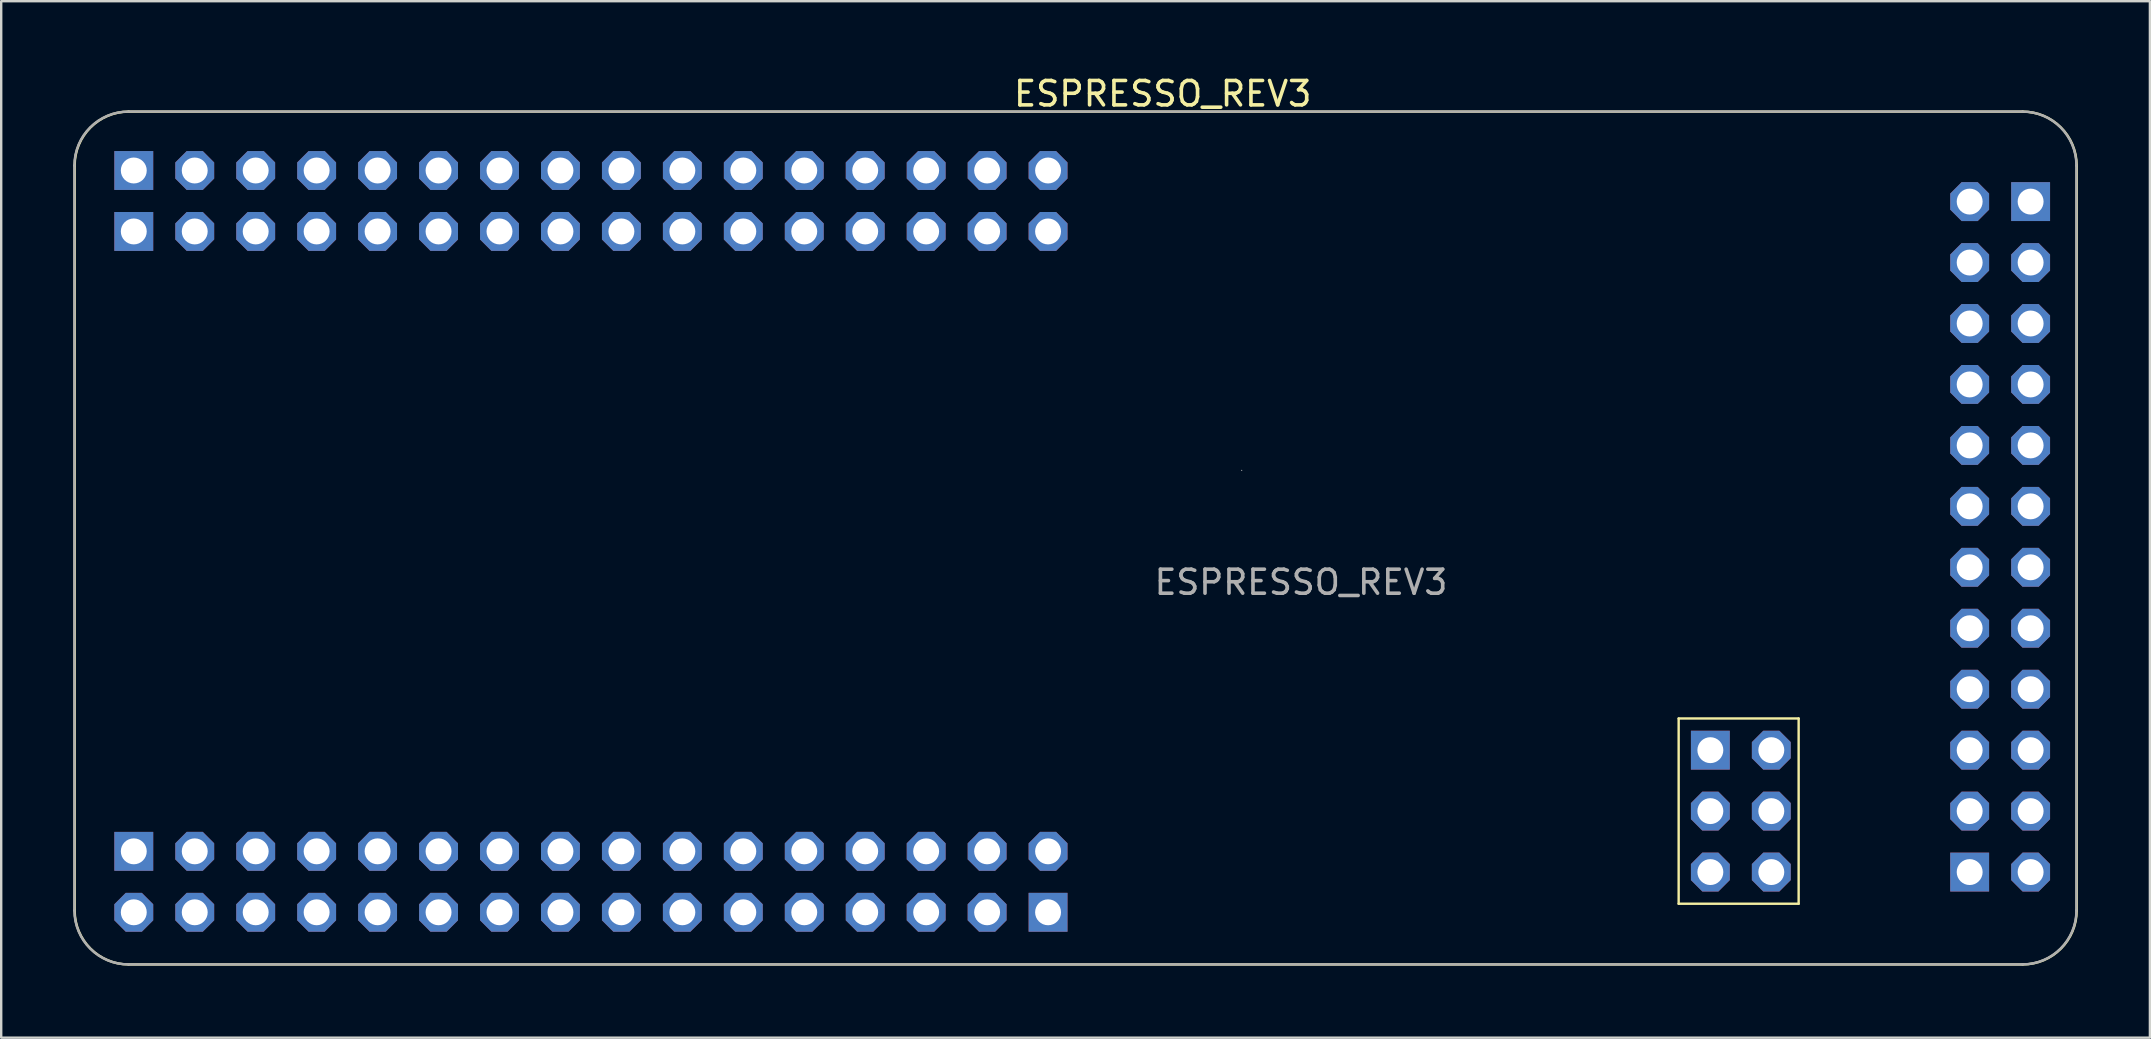
<source format=kicad_pcb>
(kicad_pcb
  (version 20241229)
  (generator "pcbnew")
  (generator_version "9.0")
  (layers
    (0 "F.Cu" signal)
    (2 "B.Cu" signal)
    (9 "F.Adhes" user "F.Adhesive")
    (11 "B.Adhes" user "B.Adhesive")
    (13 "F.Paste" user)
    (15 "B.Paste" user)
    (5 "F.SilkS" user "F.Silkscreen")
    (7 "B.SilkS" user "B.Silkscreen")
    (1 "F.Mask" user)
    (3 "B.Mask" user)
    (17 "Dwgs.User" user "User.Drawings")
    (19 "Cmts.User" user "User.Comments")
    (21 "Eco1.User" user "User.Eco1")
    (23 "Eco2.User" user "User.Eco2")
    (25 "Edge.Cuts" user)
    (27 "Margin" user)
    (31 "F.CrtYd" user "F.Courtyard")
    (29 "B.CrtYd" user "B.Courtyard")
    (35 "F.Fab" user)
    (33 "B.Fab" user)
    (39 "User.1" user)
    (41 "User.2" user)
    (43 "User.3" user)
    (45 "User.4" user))
  (footprint "ESPRESSO_REV3"
    (layer "F.Cu")
    (at 45.39 16.552)
    (property "Reference" "ESPRESSO_REV3" (at 0.013 -15.695 0) (unlocked yes) (layer "F.SilkS") (effects (font (size 1.016 1.016) (thickness 0.15))))
    (attr through_hole)
    (fp_line (start -45.329 -12.7) (end -45.329 18.339) (stroke (width 0.1) (type default)) (layer "F.SilkS"))
    (fp_line (start -43.078 -14.95) (end 35.85 -14.95) (stroke (width 0.1) (type default)) (layer "F.SilkS"))
    (fp_line (start 21.513 10.339) (end 21.513 18.059) (stroke (width 0.1) (type default)) (layer "F.SilkS"))
    (fp_line (start 21.513 10.339) (end 26.513 10.339) (stroke (width 0.1) (type default)) (layer "F.SilkS"))
    (fp_line (start 21.513 18.059) (end 26.513 18.059) (stroke (width 0.1) (type default)) (layer "F.SilkS"))
    (fp_line (start 26.513 10.339) (end 26.513 18.059) (stroke (width 0.1) (type default)) (layer "F.SilkS"))
    (fp_line (start 35.85 20.589) (end -43.078 20.589) (stroke (width 0.1) (type default)) (layer "F.SilkS"))
    (fp_line (start 38.1 18.339) (end 38.1 -12.7) (stroke (width 0.1) (type default)) (layer "F.SilkS"))
    (fp_arc (start -45.328543 -12.7) (mid -44.669453 -14.291053) (end -43.0784 -14.950143) (stroke (width 0.1) (type default)) (layer "F.SilkS"))
    (fp_arc (start -43.0784 20.588943) (mid -44.669513 19.929913) (end -45.328543 18.3388) (stroke (width 0.1) (type default)) (layer "F.SilkS"))
    (fp_arc (start 35.849857 -14.950143) (mid 37.440978 -14.291121) (end 38.1 -12.7) (stroke (width 0.1) (type default)) (layer "F.SilkS"))
    (fp_arc (start 38.1 18.3388) (mid 37.440919 19.929862) (end 35.849857 20.588943) (stroke (width 0.1) (type default)) (layer "F.SilkS"))
    (fp_line (start -45.34 -12.702) (end -45.34 18.336) (stroke (width 0.1) (type default)) (layer "F.Fab"))
    (fp_line (start -43.09 -14.953) (end 35.838 -14.953) (stroke (width 0.1) (type default)) (layer "F.Fab"))
    (fp_line (start 35.838 20.586) (end -43.09 20.586) (stroke (width 0.1) (type default)) (layer "F.Fab"))
    (fp_line (start 38.088 18.336) (end 38.088 -12.702) (stroke (width 0.1) (type default)) (layer "F.Fab"))
    (fp_arc (start -45.34048 -12.702483) (mid -44.68139 -14.293536) (end -43.090337 -14.952626) (stroke (width 0.1) (type default)) (layer "F.Fab"))
    (fp_arc (start -43.090337 20.58646) (mid -44.68145 19.92743) (end -45.34048 18.336317) (stroke (width 0.1) (type default)) (layer "F.Fab"))
    (fp_arc (start 35.83792 -14.952626) (mid 37.429041 -14.293604) (end 38.088063 -12.702483) (stroke (width 0.1) (type default)) (layer "F.Fab"))
    (fp_arc (start 38.088063 18.336317) (mid 37.428982 19.927379) (end 35.83792 20.58646) (stroke (width 0.1) (type default)) (layer "F.Fab"))
    (fp_circle (center 3.304 0) (end 3.304 0) (stroke (width 0.025) (type solid)) (fill no) (layer "F.Fab"))
    (fp_text user "${REFERENCE}" (at 5.775 4.662 0) (unlocked yes) (layer "F.Fab") (effects (font (size 1 1) (thickness 0.15))))
    (pad "1" thru_hole rect (at -42.865 -12.497 90) (size 1.62 1.62) (drill 1.08) (layers "*.Cu" "*.Mask"))
    (pad "2" thru_hole roundrect (at -40.325 -12.497 90) (size 1.62 1.62) (drill 1.08) (layers "*.Cu" "*.Mask") (roundrect_rratio 0.25) (chamfer_ratio 0.293) (chamfer top_left top_right bottom_left bottom_right))
    (pad "3" thru_hole roundrect (at -37.785 -12.497 90) (size 1.62 1.62) (drill 1.08) (layers "*.Cu" "*.Mask") (roundrect_rratio 0.25) (chamfer_ratio 0.293) (chamfer top_left top_right bottom_left bottom_right))
    (pad "4" thru_hole roundrect (at -35.245 -12.497 90) (size 1.62 1.62) (drill 1.08) (layers "*.Cu" "*.Mask") (roundrect_rratio 0.25) (chamfer_ratio 0.293) (chamfer top_left top_right bottom_left bottom_right))
    (pad "5" thru_hole roundrect (at -32.705 -12.497 90) (size 1.62 1.62) (drill 1.08) (layers "*.Cu" "*.Mask") (roundrect_rratio 0.25) (chamfer_ratio 0.293) (chamfer top_left top_right bottom_left bottom_right))
    (pad "6" thru_hole roundrect (at -30.165 -12.497 90) (size 1.62 1.62) (drill 1.08) (layers "*.Cu" "*.Mask") (roundrect_rratio 0.25) (chamfer_ratio 0.293) (chamfer top_left top_right bottom_left bottom_right))
    (pad "7" thru_hole roundrect (at -27.625 -12.497 90) (size 1.62 1.62) (drill 1.08) (layers "*.Cu" "*.Mask") (roundrect_rratio 0.25) (chamfer_ratio 0.293) (chamfer top_left top_right bottom_left bottom_right))
    (pad "8" thru_hole roundrect (at -25.085 -12.497 90) (size 1.62 1.62) (drill 1.08) (layers "*.Cu" "*.Mask") (roundrect_rratio 0.25) (chamfer_ratio 0.293) (chamfer top_left top_right bottom_left bottom_right))
    (pad "9" thru_hole roundrect (at -22.545 -12.497 90) (size 1.62 1.62) (drill 1.08) (layers "*.Cu" "*.Mask") (roundrect_rratio 0.25) (chamfer_ratio 0.293) (chamfer top_left top_right bottom_left bottom_right))
    (pad "10" thru_hole roundrect (at -20.005 -12.497 90) (size 1.62 1.62) (drill 1.08) (layers "*.Cu" "*.Mask") (roundrect_rratio 0.25) (chamfer_ratio 0.293) (chamfer top_left top_right bottom_left bottom_right))
    (pad "11" thru_hole roundrect (at -17.465 -12.497 90) (size 1.62 1.62) (drill 1.08) (layers "*.Cu" "*.Mask") (roundrect_rratio 0.25) (chamfer_ratio 0.293) (chamfer top_left top_right bottom_left bottom_right))
    (pad "12" thru_hole roundrect (at -14.925 -12.497 90) (size 1.62 1.62) (drill 1.08) (layers "*.Cu" "*.Mask") (roundrect_rratio 0.25) (chamfer_ratio 0.293) (chamfer top_left top_right bottom_left bottom_right))
    (pad "13" thru_hole roundrect (at -12.385 -12.497 90) (size 1.62 1.62) (drill 1.08) (layers "*.Cu" "*.Mask") (roundrect_rratio 0.25) (chamfer_ratio 0.293) (chamfer top_left top_right bottom_left bottom_right))
    (pad "14" thru_hole roundrect (at -9.845 -12.497 90) (size 1.62 1.62) (drill 1.08) (layers "*.Cu" "*.Mask") (roundrect_rratio 0.25) (chamfer_ratio 0.293) (chamfer top_left top_right bottom_left bottom_right))
    (pad "15" thru_hole roundrect (at -7.305 -12.497 90) (size 1.62 1.62) (drill 1.08) (layers "*.Cu" "*.Mask") (roundrect_rratio 0.25) (chamfer_ratio 0.293) (chamfer top_left top_right bottom_left bottom_right))
    (pad "16" thru_hole roundrect (at -4.765 -12.497 90) (size 1.62 1.62) (drill 1.08) (layers "*.Cu" "*.Mask") (roundrect_rratio 0.25) (chamfer_ratio 0.293) (chamfer top_left top_right bottom_left bottom_right))
    (pad "17" thru_hole rect (at -42.865 -9.957 90) (size 1.62 1.62) (drill 1.08) (layers "*.Cu" "*.Mask"))
    (pad "18" thru_hole roundrect (at -40.325 -9.957 90) (size 1.62 1.62) (drill 1.08) (layers "*.Cu" "*.Mask") (roundrect_rratio 0.25) (chamfer_ratio 0.293) (chamfer top_left top_right bottom_left bottom_right))
    (pad "19" thru_hole roundrect (at -37.785 -9.957 90) (size 1.62 1.62) (drill 1.08) (layers "*.Cu" "*.Mask") (roundrect_rratio 0.25) (chamfer_ratio 0.293) (chamfer top_left top_right bottom_left bottom_right))
    (pad "20" thru_hole roundrect (at -35.245 -9.957 90) (size 1.62 1.62) (drill 1.08) (layers "*.Cu" "*.Mask") (roundrect_rratio 0.25) (chamfer_ratio 0.293) (chamfer top_left top_right bottom_left bottom_right))
    (pad "21" thru_hole roundrect (at -32.705 -9.957 90) (size 1.62 1.62) (drill 1.08) (layers "*.Cu" "*.Mask") (roundrect_rratio 0.25) (chamfer_ratio 0.293) (chamfer top_left top_right bottom_left bottom_right))
    (pad "22" thru_hole roundrect (at -30.165 -9.957 90) (size 1.62 1.62) (drill 1.08) (layers "*.Cu" "*.Mask") (roundrect_rratio 0.25) (chamfer_ratio 0.293) (chamfer top_left top_right bottom_left bottom_right))
    (pad "23" thru_hole roundrect (at -27.625 -9.957 90) (size 1.62 1.62) (drill 1.08) (layers "*.Cu" "*.Mask") (roundrect_rratio 0.25) (chamfer_ratio 0.293) (chamfer top_left top_right bottom_left bottom_right))
    (pad "24" thru_hole roundrect (at -25.085 -9.957 90) (size 1.62 1.62) (drill 1.08) (layers "*.Cu" "*.Mask") (roundrect_rratio 0.25) (chamfer_ratio 0.293) (chamfer top_left top_right bottom_left bottom_right))
    (pad "25" thru_hole roundrect (at -22.545 -9.957 90) (size 1.62 1.62) (drill 1.08) (layers "*.Cu" "*.Mask") (roundrect_rratio 0.25) (chamfer_ratio 0.293) (chamfer top_left top_right bottom_left bottom_right))
    (pad "26" thru_hole roundrect (at -20.005 -9.957 90) (size 1.62 1.62) (drill 1.08) (layers "*.Cu" "*.Mask") (roundrect_rratio 0.25) (chamfer_ratio 0.293) (chamfer top_left top_right bottom_left bottom_right))
    (pad "27" thru_hole roundrect (at -17.465 -9.957 90) (size 1.62 1.62) (drill 1.08) (layers "*.Cu" "*.Mask") (roundrect_rratio 0.25) (chamfer_ratio 0.293) (chamfer top_left top_right bottom_left bottom_right))
    (pad "28" thru_hole roundrect (at -14.925 -9.957 90) (size 1.62 1.62) (drill 1.08) (layers "*.Cu" "*.Mask") (roundrect_rratio 0.25) (chamfer_ratio 0.293) (chamfer top_left top_right bottom_left bottom_right))
    (pad "29" thru_hole roundrect (at -12.385 -9.957 90) (size 1.62 1.62) (drill 1.08) (layers "*.Cu" "*.Mask") (roundrect_rratio 0.25) (chamfer_ratio 0.293) (chamfer top_left top_right bottom_left bottom_right))
    (pad "30" thru_hole roundrect (at -9.845 -9.957 90) (size 1.62 1.62) (drill 1.08) (layers "*.Cu" "*.Mask") (roundrect_rratio 0.25) (chamfer_ratio 0.293) (chamfer top_left top_right bottom_left bottom_right))
    (pad "31" thru_hole roundrect (at -7.305 -9.957 90) (size 1.62 1.62) (drill 1.08) (layers "*.Cu" "*.Mask") (roundrect_rratio 0.25) (chamfer_ratio 0.293) (chamfer top_left top_right bottom_left bottom_right))
    (pad "32" thru_hole roundrect (at -4.765 -9.957 90) (size 1.62 1.62) (drill 1.08) (layers "*.Cu" "*.Mask") (roundrect_rratio 0.25) (chamfer_ratio 0.293) (chamfer top_left top_right bottom_left bottom_right))
    (pad "33" thru_hole rect (at -42.865 15.875 90) (size 1.62 1.62) (drill 1.08) (layers "*.Cu" "*.Mask"))
    (pad "34" thru_hole roundrect (at -40.325 15.875 90) (size 1.62 1.62) (drill 1.08) (layers "*.Cu" "*.Mask") (roundrect_rratio 0.25) (chamfer_ratio 0.293) (chamfer top_left top_right bottom_left bottom_right))
    (pad "35" thru_hole roundrect (at -37.785 15.875 90) (size 1.62 1.62) (drill 1.08) (layers "*.Cu" "*.Mask") (roundrect_rratio 0.25) (chamfer_ratio 0.293) (chamfer top_left top_right bottom_left bottom_right))
    (pad "36" thru_hole roundrect (at -35.245 15.875 90) (size 1.62 1.62) (drill 1.08) (layers "*.Cu" "*.Mask") (roundrect_rratio 0.25) (chamfer_ratio 0.293) (chamfer top_left top_right bottom_left bottom_right))
    (pad "37" thru_hole roundrect (at -32.705 15.875 90) (size 1.62 1.62) (drill 1.08) (layers "*.Cu" "*.Mask") (roundrect_rratio 0.25) (chamfer_ratio 0.293) (chamfer top_left top_right bottom_left bottom_right))
    (pad "38" thru_hole roundrect (at -30.165 15.875 90) (size 1.62 1.62) (drill 1.08) (layers "*.Cu" "*.Mask") (roundrect_rratio 0.25) (chamfer_ratio 0.293) (chamfer top_left top_right bottom_left bottom_right))
    (pad "39" thru_hole roundrect (at -27.625 15.875 90) (size 1.62 1.62) (drill 1.08) (layers "*.Cu" "*.Mask") (roundrect_rratio 0.25) (chamfer_ratio 0.293) (chamfer top_left top_right bottom_left bottom_right))
    (pad "40" thru_hole roundrect (at -25.085 15.875 90) (size 1.62 1.62) (drill 1.08) (layers "*.Cu" "*.Mask") (roundrect_rratio 0.25) (chamfer_ratio 0.293) (chamfer top_left top_right bottom_left bottom_right))
    (pad "41" thru_hole roundrect (at -22.545 15.875 90) (size 1.62 1.62) (drill 1.08) (layers "*.Cu" "*.Mask") (roundrect_rratio 0.25) (chamfer_ratio 0.293) (chamfer top_left top_right bottom_left bottom_right))
    (pad "42" thru_hole roundrect (at -20.005 15.875 90) (size 1.62 1.62) (drill 1.08) (layers "*.Cu" "*.Mask") (roundrect_rratio 0.25) (chamfer_ratio 0.293) (chamfer top_left top_right bottom_left bottom_right))
    (pad "43" thru_hole roundrect (at -17.465 15.875 90) (size 1.62 1.62) (drill 1.08) (layers "*.Cu" "*.Mask") (roundrect_rratio 0.25) (chamfer_ratio 0.293) (chamfer top_left top_right bottom_left bottom_right))
    (pad "44" thru_hole roundrect (at -14.925 15.875 90) (size 1.62 1.62) (drill 1.08) (layers "*.Cu" "*.Mask") (roundrect_rratio 0.25) (chamfer_ratio 0.293) (chamfer top_left top_right bottom_left bottom_right))
    (pad "45" thru_hole roundrect (at -12.385 15.875 90) (size 1.62 1.62) (drill 1.08) (layers "*.Cu" "*.Mask") (roundrect_rratio 0.25) (chamfer_ratio 0.293) (chamfer top_left top_right bottom_left bottom_right))
    (pad "46" thru_hole roundrect (at -9.845 15.875 90) (size 1.62 1.62) (drill 1.08) (layers "*.Cu" "*.Mask") (roundrect_rratio 0.25) (chamfer_ratio 0.293) (chamfer top_left top_right bottom_left bottom_right))
    (pad "47" thru_hole roundrect (at -7.305 15.875 90) (size 1.62 1.62) (drill 1.08) (layers "*.Cu" "*.Mask") (roundrect_rratio 0.25) (chamfer_ratio 0.293) (chamfer top_left top_right bottom_left bottom_right))
    (pad "48" thru_hole roundrect (at -4.765 15.875 90) (size 1.62 1.62) (drill 1.08) (layers "*.Cu" "*.Mask") (roundrect_rratio 0.25) (chamfer_ratio 0.293) (chamfer top_left top_right bottom_left bottom_right))
    (pad "49" thru_hole roundrect (at -42.865 18.415 270) (size 1.62 1.62) (drill 1.08) (layers "*.Cu" "*.Mask") (roundrect_rratio 0.25) (chamfer_ratio 0.293) (chamfer top_left top_right bottom_left bottom_right))
    (pad "50" thru_hole roundrect (at -40.325 18.415 270) (size 1.62 1.62) (drill 1.08) (layers "*.Cu" "*.Mask") (roundrect_rratio 0.25) (chamfer_ratio 0.293) (chamfer top_left top_right bottom_left bottom_right))
    (pad "51" thru_hole roundrect (at -37.785 18.415 270) (size 1.62 1.62) (drill 1.08) (layers "*.Cu" "*.Mask") (roundrect_rratio 0.25) (chamfer_ratio 0.293) (chamfer top_left top_right bottom_left bottom_right))
    (pad "52" thru_hole roundrect (at -35.245 18.415 270) (size 1.62 1.62) (drill 1.08) (layers "*.Cu" "*.Mask") (roundrect_rratio 0.25) (chamfer_ratio 0.293) (chamfer top_left top_right bottom_left bottom_right))
    (pad "53" thru_hole roundrect (at -32.705 18.415 270) (size 1.62 1.62) (drill 1.08) (layers "*.Cu" "*.Mask") (roundrect_rratio 0.25) (chamfer_ratio 0.293) (chamfer top_left top_right bottom_left bottom_right))
    (pad "54" thru_hole roundrect (at -30.165 18.415 270) (size 1.62 1.62) (drill 1.08) (layers "*.Cu" "*.Mask") (roundrect_rratio 0.25) (chamfer_ratio 0.293) (chamfer top_left top_right bottom_left bottom_right))
    (pad "55" thru_hole roundrect (at -27.625 18.415 270) (size 1.62 1.62) (drill 1.08) (layers "*.Cu" "*.Mask") (roundrect_rratio 0.25) (chamfer_ratio 0.293) (chamfer top_left top_right bottom_left bottom_right))
    (pad "56" thru_hole roundrect (at -25.085 18.415 270) (size 1.62 1.62) (drill 1.08) (layers "*.Cu" "*.Mask") (roundrect_rratio 0.25) (chamfer_ratio 0.293) (chamfer top_left top_right bottom_left bottom_right))
    (pad "57" thru_hole roundrect (at -22.545 18.415 270) (size 1.62 1.62) (drill 1.08) (layers "*.Cu" "*.Mask") (roundrect_rratio 0.25) (chamfer_ratio 0.293) (chamfer top_left top_right bottom_left bottom_right))
    (pad "58" thru_hole roundrect (at -20.005 18.415 270) (size 1.62 1.62) (drill 1.08) (layers "*.Cu" "*.Mask") (roundrect_rratio 0.25) (chamfer_ratio 0.293) (chamfer top_left top_right bottom_left bottom_right))
    (pad "59" thru_hole roundrect (at -17.465 18.415 270) (size 1.62 1.62) (drill 1.08) (layers "*.Cu" "*.Mask") (roundrect_rratio 0.25) (chamfer_ratio 0.293) (chamfer top_left top_right bottom_left bottom_right))
    (pad "60" thru_hole roundrect (at -14.925 18.415 270) (size 1.62 1.62) (drill 1.08) (layers "*.Cu" "*.Mask") (roundrect_rratio 0.25) (chamfer_ratio 0.293) (chamfer top_left top_right bottom_left bottom_right))
    (pad "61" thru_hole roundrect (at -12.385 18.415 270) (size 1.62 1.62) (drill 1.08) (layers "*.Cu" "*.Mask") (roundrect_rratio 0.25) (chamfer_ratio 0.293) (chamfer top_left top_right bottom_left bottom_right))
    (pad "62" thru_hole roundrect (at -9.845 18.415 270) (size 1.62 1.62) (drill 1.08) (layers "*.Cu" "*.Mask") (roundrect_rratio 0.25) (chamfer_ratio 0.293) (chamfer top_left top_right bottom_left bottom_right))
    (pad "63" thru_hole roundrect (at -7.305 18.415 270) (size 1.62 1.62) (drill 1.08) (layers "*.Cu" "*.Mask") (roundrect_rratio 0.25) (chamfer_ratio 0.293) (chamfer top_left top_right bottom_left bottom_right))
    (pad "64" thru_hole rect (at -4.765 18.415 270) (size 1.62 1.62) (drill 1.08) (layers "*.Cu" "*.Mask"))
    (pad "65" thru_hole roundrect (at 33.64 -11.201 180) (size 1.62 1.62) (drill 1.08) (layers "*.Cu" "*.Mask") (roundrect_rratio 0.25) (chamfer_ratio 0.293) (chamfer top_left top_right bottom_left bottom_right))
    (pad "66" thru_hole roundrect (at 33.64 -8.661 180) (size 1.62 1.62) (drill 1.08) (layers "*.Cu" "*.Mask") (roundrect_rratio 0.25) (chamfer_ratio 0.293) (chamfer top_left top_right bottom_left bottom_right))
    (pad "67" thru_hole roundrect (at 33.64 -6.121 180) (size 1.62 1.62) (drill 1.08) (layers "*.Cu" "*.Mask") (roundrect_rratio 0.25) (chamfer_ratio 0.293) (chamfer top_left top_right bottom_left bottom_right))
    (pad "68" thru_hole roundrect (at 33.64 -3.581 180) (size 1.62 1.62) (drill 1.08) (layers "*.Cu" "*.Mask") (roundrect_rratio 0.25) (chamfer_ratio 0.293) (chamfer top_left top_right bottom_left bottom_right))
    (pad "69" thru_hole roundrect (at 33.64 -1.041 180) (size 1.62 1.62) (drill 1.08) (layers "*.Cu" "*.Mask") (roundrect_rratio 0.25) (chamfer_ratio 0.293) (chamfer top_left top_right bottom_left bottom_right))
    (pad "70" thru_hole roundrect (at 33.64 1.499 180) (size 1.62 1.62) (drill 1.08) (layers "*.Cu" "*.Mask") (roundrect_rratio 0.25) (chamfer_ratio 0.293) (chamfer top_left top_right bottom_left bottom_right))
    (pad "71" thru_hole roundrect (at 33.64 4.039 180) (size 1.62 1.62) (drill 1.08) (layers "*.Cu" "*.Mask") (roundrect_rratio 0.25) (chamfer_ratio 0.293) (chamfer top_left top_right bottom_left bottom_right))
    (pad "72" thru_hole roundrect (at 33.64 6.579 180) (size 1.62 1.62) (drill 1.08) (layers "*.Cu" "*.Mask") (roundrect_rratio 0.25) (chamfer_ratio 0.293) (chamfer top_left top_right bottom_left bottom_right))
    (pad "73" thru_hole roundrect (at 33.64 9.119 180) (size 1.62 1.62) (drill 1.08) (layers "*.Cu" "*.Mask") (roundrect_rratio 0.25) (chamfer_ratio 0.293) (chamfer top_left top_right bottom_left bottom_right))
    (pad "74" thru_hole roundrect (at 33.64 11.659 180) (size 1.62 1.62) (drill 1.08) (layers "*.Cu" "*.Mask") (roundrect_rratio 0.25) (chamfer_ratio 0.293) (chamfer top_left top_right bottom_left bottom_right))
    (pad "75" thru_hole roundrect (at 33.64 14.199 180) (size 1.62 1.62) (drill 1.08) (layers "*.Cu" "*.Mask") (roundrect_rratio 0.25) (chamfer_ratio 0.293) (chamfer top_left top_right bottom_left bottom_right))
    (pad "76" thru_hole rect (at 33.64 16.739 180) (size 1.62 1.62) (drill 1.08) (layers "*.Cu" "*.Mask"))
    (pad "77" thru_hole rect (at 36.18 -11.201) (size 1.62 1.62) (drill 1.08) (layers "*.Cu" "*.Mask"))
    (pad "78" thru_hole roundrect (at 36.18 -8.661) (size 1.62 1.62) (drill 1.08) (layers "*.Cu" "*.Mask") (roundrect_rratio 0.25) (chamfer_ratio 0.293) (chamfer top_left top_right bottom_left bottom_right))
    (pad "79" thru_hole roundrect (at 36.18 -6.121) (size 1.62 1.62) (drill 1.08) (layers "*.Cu" "*.Mask") (roundrect_rratio 0.25) (chamfer_ratio 0.293) (chamfer top_left top_right bottom_left bottom_right))
    (pad "80" thru_hole roundrect (at 36.18 -3.581) (size 1.62 1.62) (drill 1.08) (layers "*.Cu" "*.Mask") (roundrect_rratio 0.25) (chamfer_ratio 0.293) (chamfer top_left top_right bottom_left bottom_right))
    (pad "81" thru_hole roundrect (at 36.18 -1.041) (size 1.62 1.62) (drill 1.08) (layers "*.Cu" "*.Mask") (roundrect_rratio 0.25) (chamfer_ratio 0.293) (chamfer top_left top_right bottom_left bottom_right))
    (pad "82" thru_hole roundrect (at 36.18 1.499) (size 1.62 1.62) (drill 1.08) (layers "*.Cu" "*.Mask") (roundrect_rratio 0.25) (chamfer_ratio 0.293) (chamfer top_left top_right bottom_left bottom_right))
    (pad "83" thru_hole roundrect (at 36.18 4.039) (size 1.62 1.62) (drill 1.08) (layers "*.Cu" "*.Mask") (roundrect_rratio 0.25) (chamfer_ratio 0.293) (chamfer top_left top_right bottom_left bottom_right))
    (pad "84" thru_hole roundrect (at 36.18 6.579) (size 1.62 1.62) (drill 1.08) (layers "*.Cu" "*.Mask") (roundrect_rratio 0.25) (chamfer_ratio 0.293) (chamfer top_left top_right bottom_left bottom_right))
    (pad "85" thru_hole roundrect (at 36.18 9.119) (size 1.62 1.62) (drill 1.08) (layers "*.Cu" "*.Mask") (roundrect_rratio 0.25) (chamfer_ratio 0.293) (chamfer top_left top_right bottom_left bottom_right))
    (pad "86" thru_hole roundrect (at 36.18 11.659) (size 1.62 1.62) (drill 1.08) (layers "*.Cu" "*.Mask") (roundrect_rratio 0.25) (chamfer_ratio 0.293) (chamfer top_left top_right bottom_left bottom_right))
    (pad "87" thru_hole roundrect (at 36.18 14.199) (size 1.62 1.62) (drill 1.08) (layers "*.Cu" "*.Mask") (roundrect_rratio 0.25) (chamfer_ratio 0.293) (chamfer top_left top_right bottom_left bottom_right))
    (pad "88" thru_hole roundrect (at 36.18 16.739) (size 1.62 1.62) (drill 1.08) (layers "*.Cu" "*.Mask") (roundrect_rratio 0.25) (chamfer_ratio 0.293) (chamfer top_left top_right bottom_left bottom_right))
    (pad "89" thru_hole rect (at 22.834 11.659) (size 1.62 1.62) (drill 1.08) (layers "*.Cu" "*.Mask"))
    (pad "90" thru_hole roundrect (at 22.834 14.199) (size 1.62 1.62) (drill 1.08) (layers "*.Cu" "*.Mask") (roundrect_rratio 0.25) (chamfer_ratio 0.293) (chamfer top_left top_right bottom_left bottom_right))
    (pad "91" thru_hole roundrect (at 22.834 16.739) (size 1.62 1.62) (drill 1.08) (layers "*.Cu" "*.Mask") (roundrect_rratio 0.25) (chamfer_ratio 0.293) (chamfer top_left top_right bottom_left bottom_right))
    (pad "92" thru_hole roundrect (at 25.374 11.659) (size 1.62 1.62) (drill 1.08) (layers "*.Cu" "*.Mask") (roundrect_rratio 0.25) (chamfer_ratio 0.293) (chamfer top_left top_right bottom_left bottom_right))
    (pad "93" thru_hole roundrect (at 25.374 14.199) (size 1.62 1.62) (drill 1.08) (layers "*.Cu" "*.Mask") (roundrect_rratio 0.25) (chamfer_ratio 0.293) (chamfer top_left top_right bottom_left bottom_right))
    (pad "94" thru_hole roundrect (at 25.374 16.739) (size 1.62 1.62) (drill 1.08) (layers "*.Cu" "*.Mask") (roundrect_rratio 0.25) (chamfer_ratio 0.293) (chamfer top_left top_right bottom_left bottom_right)))
  (gr_rect
    (start -3 -3)
    (end 86.541 40.191)
    (stroke (width 0.1) (type default))
    (fill no)
    (layer "Edge.Cuts")))
</source>
